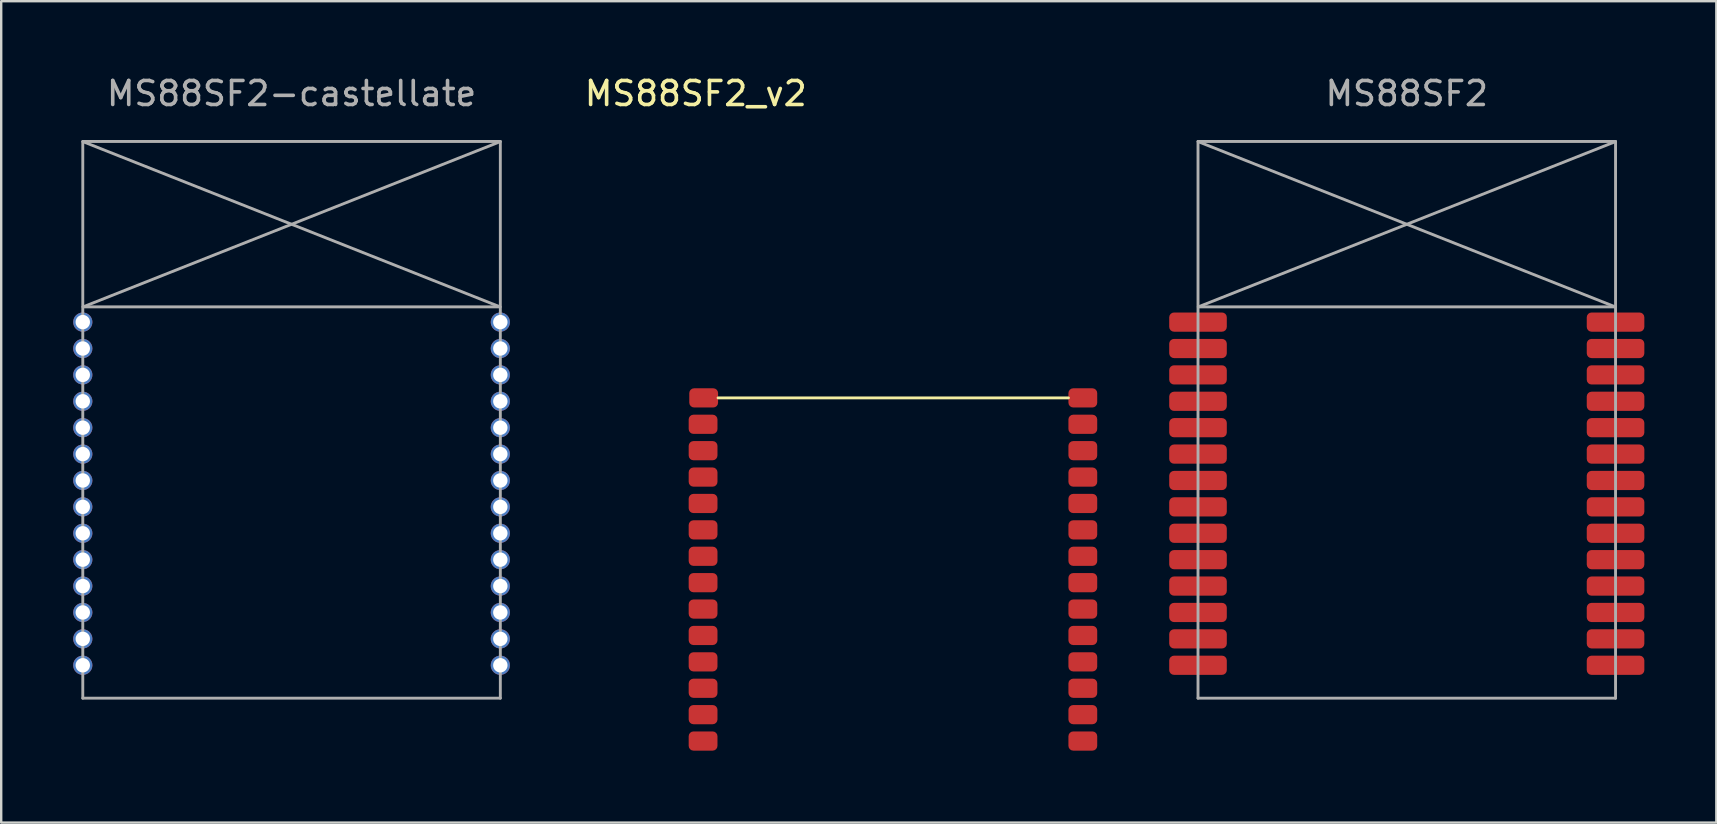
<source format=kicad_pcb>
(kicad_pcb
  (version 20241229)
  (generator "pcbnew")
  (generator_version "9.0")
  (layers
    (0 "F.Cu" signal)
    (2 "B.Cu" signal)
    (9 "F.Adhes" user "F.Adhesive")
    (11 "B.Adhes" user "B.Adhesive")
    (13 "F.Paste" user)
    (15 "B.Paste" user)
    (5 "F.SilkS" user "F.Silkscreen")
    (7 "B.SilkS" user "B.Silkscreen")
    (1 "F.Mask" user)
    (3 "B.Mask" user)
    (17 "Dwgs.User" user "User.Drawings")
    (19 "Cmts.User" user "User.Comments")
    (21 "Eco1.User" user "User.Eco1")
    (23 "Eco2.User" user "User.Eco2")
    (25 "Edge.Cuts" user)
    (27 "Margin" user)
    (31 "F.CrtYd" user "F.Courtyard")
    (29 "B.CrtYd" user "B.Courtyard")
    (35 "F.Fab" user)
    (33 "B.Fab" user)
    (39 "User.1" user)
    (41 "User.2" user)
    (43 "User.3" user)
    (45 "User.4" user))
  (footprint "MS88SF2-castellate"
    (layer "F.Cu")
    (at 9.1 17.358)
    (property "Reference" "MS88SF2-castellate" (at 0 -16.51 0) (layer "F.Fab") (effects (font (size 1 1) (thickness 0.15))))
    (attr through_hole)
    (fp_line (start -8.7 -14.513) (end 8.7 -14.513) (stroke (width 0.12) (type solid)) (layer "F.Fab"))
    (fp_line (start -8.7 8.687) (end -8.7 -14.513) (stroke (width 0.12) (type solid)) (layer "F.Fab"))
    (fp_line (start -8.7 8.687) (end 8.7 8.687) (stroke (width 0.12) (type solid)) (layer "F.Fab"))
    (fp_line (start -8.687 -7.62) (end 8.687 -7.62) (stroke (width 0.12) (type solid)) (layer "F.Fab"))
    (fp_line (start 8.687 -14.503) (end -8.687 -7.62) (stroke (width 0.12) (type solid)) (layer "F.Fab"))
    (fp_line (start 8.687 -7.62) (end -8.687 -14.503) (stroke (width 0.12) (type solid)) (layer "F.Fab"))
    (fp_line (start 8.7 8.687) (end 8.7 -14.513) (stroke (width 0.12) (type solid)) (layer "F.Fab"))
    (pad "1" thru_hole circle (at -8.7 -6.985) (size 0.8 0.8) (drill 0.6) (layers "*.Cu" "*.Mask"))
    (pad "2" thru_hole circle (at -8.7 -5.885) (size 0.8 0.8) (drill 0.6) (layers "*.Cu" "*.Mask"))
    (pad "3" thru_hole circle (at -8.7 -4.785) (size 0.8 0.8) (drill 0.6) (layers "*.Cu" "*.Mask"))
    (pad "4" thru_hole circle (at -8.7 -3.685) (size 0.8 0.8) (drill 0.6) (layers "*.Cu" "*.Mask"))
    (pad "5" thru_hole circle (at -8.7 -2.585) (size 0.8 0.8) (drill 0.6) (layers "*.Cu" "*.Mask"))
    (pad "6" thru_hole circle (at -8.7 -1.485) (size 0.8 0.8) (drill 0.6) (layers "*.Cu" "*.Mask"))
    (pad "7" thru_hole circle (at -8.7 -0.385) (size 0.8 0.8) (drill 0.6) (layers "*.Cu" "*.Mask"))
    (pad "8" thru_hole circle (at -8.7 0.715) (size 0.8 0.8) (drill 0.6) (layers "*.Cu" "*.Mask"))
    (pad "9" thru_hole circle (at -8.7 1.815) (size 0.8 0.8) (drill 0.6) (layers "*.Cu" "*.Mask"))
    (pad "10" thru_hole circle (at -8.7 2.915) (size 0.8 0.8) (drill 0.6) (layers "*.Cu" "*.Mask"))
    (pad "11" thru_hole circle (at -8.7 4.015) (size 0.8 0.8) (drill 0.6) (layers "*.Cu" "*.Mask"))
    (pad "12" thru_hole circle (at -8.7 5.115) (size 0.8 0.8) (drill 0.6) (layers "*.Cu" "*.Mask"))
    (pad "13" thru_hole circle (at -8.7 6.215) (size 0.8 0.8) (drill 0.6) (layers "*.Cu" "*.Mask"))
    (pad "14" thru_hole circle (at -8.7 7.315) (size 0.8 0.8) (drill 0.6) (layers "*.Cu" "*.Mask"))
    (pad "15" thru_hole circle (at 8.7 7.315) (size 0.8 0.8) (drill 0.6) (layers "*.Cu" "*.Mask"))
    (pad "16" thru_hole circle (at 8.7 6.215) (size 0.8 0.8) (drill 0.6) (layers "*.Cu" "*.Mask"))
    (pad "17" thru_hole circle (at 8.7 5.115) (size 0.8 0.8) (drill 0.6) (layers "*.Cu" "*.Mask"))
    (pad "18" thru_hole circle (at 8.7 4.015) (size 0.8 0.8) (drill 0.6) (layers "*.Cu" "*.Mask"))
    (pad "19" thru_hole circle (at 8.7 2.915) (size 0.8 0.8) (drill 0.6) (layers "*.Cu" "*.Mask"))
    (pad "20" thru_hole circle (at 8.7 1.815) (size 0.8 0.8) (drill 0.6) (layers "*.Cu" "*.Mask"))
    (pad "21" thru_hole circle (at 8.7 0.715) (size 0.8 0.8) (drill 0.6) (layers "*.Cu" "*.Mask"))
    (pad "22" thru_hole circle (at 8.7 -0.385) (size 0.8 0.8) (drill 0.6) (layers "*.Cu" "*.Mask"))
    (pad "23" thru_hole circle (at 8.7 -1.485) (size 0.8 0.8) (drill 0.6) (layers "*.Cu" "*.Mask"))
    (pad "24" thru_hole circle (at 8.7 -2.585) (size 0.8 0.8) (drill 0.6) (layers "*.Cu" "*.Mask"))
    (pad "25" thru_hole circle (at 8.7 -3.685) (size 0.8 0.8) (drill 0.6) (layers "*.Cu" "*.Mask"))
    (pad "26" thru_hole circle (at 8.7 -4.785) (size 0.8 0.8) (drill 0.6) (layers "*.Cu" "*.Mask"))
    (pad "27" thru_hole circle (at 8.7 -5.885) (size 0.8 0.8) (drill 0.6) (layers "*.Cu" "*.Mask"))
    (pad "28" thru_hole circle (at 8.7 -6.985) (size 0.8 0.8) (drill 0.6) (layers "*.Cu" "*.Mask")))
  (footprint "MS88SF2_v2"
    (layer "F.Cu")
    (at 26.274 13.531)
    (property "Reference" "MS88SF2_v2" (at -0.33 -12.683 0) (layer "F.SilkS") (effects (font (size 1 1) (thickness 0.15))))
    (attr through_hole)
    (fp_line (start 0.6 0) (end 15.2 0) (stroke (width 0.12) (type solid)) (layer "F.SilkS"))
    (pad "1" smd roundrect (at 0 0) (size 1.2 0.8) (layers "F.Cu" "F.Mask" "F.Paste") (roundrect_rratio 0.25))
    (pad "1" smd roundrect (at 15.8 0) (size 1.2 0.8) (layers "F.Cu" "F.Mask" "F.Paste") (roundrect_rratio 0.25))
    (pad "2" smd roundrect (at -0.025 1.1) (size 1.2 0.8) (layers "F.Cu" "F.Mask" "F.Paste") (roundrect_rratio 0.25))
    (pad "2" smd roundrect (at 15.8 1.1) (size 1.2 0.8) (layers "F.Cu" "F.Mask" "F.Paste") (roundrect_rratio 0.25))
    (pad "3" smd roundrect (at -0.025 2.2) (size 1.2 0.8) (layers "F.Cu" "F.Mask" "F.Paste") (roundrect_rratio 0.25))
    (pad "3" smd roundrect (at 15.8 2.2) (size 1.2 0.8) (layers "F.Cu" "F.Mask" "F.Paste") (roundrect_rratio 0.25))
    (pad "4" smd roundrect (at -0.025 3.3) (size 1.2 0.8) (layers "F.Cu" "F.Mask" "F.Paste") (roundrect_rratio 0.25))
    (pad "4" smd roundrect (at 15.8 3.3) (size 1.2 0.8) (layers "F.Cu" "F.Mask" "F.Paste") (roundrect_rratio 0.25))
    (pad "5" smd roundrect (at -0.025 4.4) (size 1.2 0.8) (layers "F.Cu" "F.Mask" "F.Paste") (roundrect_rratio 0.25))
    (pad "5" smd roundrect (at 15.8 4.4) (size 1.2 0.8) (layers "F.Cu" "F.Mask" "F.Paste") (roundrect_rratio 0.25))
    (pad "6" smd roundrect (at -0.025 5.5) (size 1.2 0.8) (layers "F.Cu" "F.Mask" "F.Paste") (roundrect_rratio 0.25))
    (pad "6" smd roundrect (at 15.8 5.5) (size 1.2 0.8) (layers "F.Cu" "F.Mask" "F.Paste") (roundrect_rratio 0.25))
    (pad "7" smd roundrect (at -0.025 6.6) (size 1.2 0.8) (layers "F.Cu" "F.Mask" "F.Paste") (roundrect_rratio 0.25))
    (pad "7" smd roundrect (at 15.8 6.6) (size 1.2 0.8) (layers "F.Cu" "F.Mask" "F.Paste") (roundrect_rratio 0.25))
    (pad "8" smd roundrect (at -0.025 7.7) (size 1.2 0.8) (layers "F.Cu" "F.Mask" "F.Paste") (roundrect_rratio 0.25))
    (pad "8" smd roundrect (at 15.8 7.7) (size 1.2 0.8) (layers "F.Cu" "F.Mask" "F.Paste") (roundrect_rratio 0.25))
    (pad "9" smd roundrect (at -0.025 8.8) (size 1.2 0.8) (layers "F.Cu" "F.Mask" "F.Paste") (roundrect_rratio 0.25))
    (pad "9" smd roundrect (at 15.8 8.8) (size 1.2 0.8) (layers "F.Cu" "F.Mask" "F.Paste") (roundrect_rratio 0.25))
    (pad "10" smd roundrect (at -0.025 9.9) (size 1.2 0.8) (layers "F.Cu" "F.Mask" "F.Paste") (roundrect_rratio 0.25))
    (pad "10" smd roundrect (at 15.8 9.9) (size 1.2 0.8) (layers "F.Cu" "F.Mask" "F.Paste") (roundrect_rratio 0.25))
    (pad "11" smd roundrect (at -0.025 11) (size 1.2 0.8) (layers "F.Cu" "F.Mask" "F.Paste") (roundrect_rratio 0.25))
    (pad "11" smd roundrect (at 15.8 11) (size 1.2 0.8) (layers "F.Cu" "F.Mask" "F.Paste") (roundrect_rratio 0.25))
    (pad "12" smd roundrect (at -0.025 12.1) (size 1.2 0.8) (layers "F.Cu" "F.Mask" "F.Paste") (roundrect_rratio 0.25))
    (pad "12" smd roundrect (at 15.8 12.1) (size 1.2 0.8) (layers "F.Cu" "F.Mask" "F.Paste") (roundrect_rratio 0.25))
    (pad "13" smd roundrect (at -0.025 13.2) (size 1.2 0.8) (layers "F.Cu" "F.Mask" "F.Paste") (roundrect_rratio 0.25))
    (pad "13" smd roundrect (at 15.8 13.2) (size 1.2 0.8) (layers "F.Cu" "F.Mask" "F.Paste") (roundrect_rratio 0.25))
    (pad "14" smd roundrect (at -0.025 14.3) (size 1.2 0.8) (layers "F.Cu" "F.Mask" "F.Paste") (roundrect_rratio 0.25))
    (pad "14" smd roundrect (at 15.8 14.3) (size 1.2 0.8) (layers "F.Cu" "F.Mask" "F.Paste") (roundrect_rratio 0.25)))
  (footprint "MS88SF2"
    (layer "F.Cu")
    (at 55.574 17.358)
    (property "Reference" "MS88SF2" (at 0 -16.51 0) (layer "F.Fab") (effects (font (size 1 1) (thickness 0.15))))
    (attr through_hole)
    (fp_line (start -8.7 -14.513) (end 8.7 -14.513) (stroke (width 0.12) (type solid)) (layer "F.Fab"))
    (fp_line (start -8.7 8.687) (end -8.7 -14.513) (stroke (width 0.12) (type solid)) (layer "F.Fab"))
    (fp_line (start -8.7 8.687) (end 8.7 8.687) (stroke (width 0.12) (type solid)) (layer "F.Fab"))
    (fp_line (start -8.687 -7.62) (end 8.687 -7.62) (stroke (width 0.12) (type solid)) (layer "F.Fab"))
    (fp_line (start 8.687 -14.503) (end -8.687 -7.62) (stroke (width 0.12) (type solid)) (layer "F.Fab"))
    (fp_line (start 8.687 -7.62) (end -8.687 -14.503) (stroke (width 0.12) (type solid)) (layer "F.Fab"))
    (fp_line (start 8.7 8.687) (end 8.7 -14.513) (stroke (width 0.12) (type solid)) (layer "F.Fab"))
    (pad "1" smd roundrect (at -8.7 -6.985) (size 2.4 0.8) (layers "F.Cu" "F.Mask" "F.Paste") (roundrect_rratio 0.25))
    (pad "2" smd roundrect (at -8.7 -5.885) (size 2.4 0.8) (layers "F.Cu" "F.Mask" "F.Paste") (roundrect_rratio 0.25))
    (pad "3" smd roundrect (at -8.7 -4.785) (size 2.4 0.8) (layers "F.Cu" "F.Mask" "F.Paste") (roundrect_rratio 0.25))
    (pad "4" smd roundrect (at -8.7 -3.685) (size 2.4 0.8) (layers "F.Cu" "F.Mask" "F.Paste") (roundrect_rratio 0.25))
    (pad "5" smd roundrect (at -8.7 -2.585) (size 2.4 0.8) (layers "F.Cu" "F.Mask" "F.Paste") (roundrect_rratio 0.25))
    (pad "6" smd roundrect (at -8.7 -1.485) (size 2.4 0.8) (layers "F.Cu" "F.Mask" "F.Paste") (roundrect_rratio 0.25))
    (pad "7" smd roundrect (at -8.7 -0.385) (size 2.4 0.8) (layers "F.Cu" "F.Mask" "F.Paste") (roundrect_rratio 0.25))
    (pad "8" smd roundrect (at -8.7 0.715) (size 2.4 0.8) (layers "F.Cu" "F.Mask" "F.Paste") (roundrect_rratio 0.25))
    (pad "9" smd roundrect (at -8.7 1.815) (size 2.4 0.8) (layers "F.Cu" "F.Mask" "F.Paste") (roundrect_rratio 0.25))
    (pad "10" smd roundrect (at -8.7 2.915) (size 2.4 0.8) (layers "F.Cu" "F.Mask" "F.Paste") (roundrect_rratio 0.25))
    (pad "11" smd roundrect (at -8.7 4.015) (size 2.4 0.8) (layers "F.Cu" "F.Mask" "F.Paste") (roundrect_rratio 0.25))
    (pad "12" smd roundrect (at -8.7 5.115) (size 2.4 0.8) (layers "F.Cu" "F.Mask" "F.Paste") (roundrect_rratio 0.25))
    (pad "13" smd roundrect (at -8.7 6.215) (size 2.4 0.8) (layers "F.Cu" "F.Mask" "F.Paste") (roundrect_rratio 0.25))
    (pad "14" smd roundrect (at -8.7 7.315) (size 2.4 0.8) (layers "F.Cu" "F.Mask" "F.Paste") (roundrect_rratio 0.25))
    (pad "15" smd roundrect (at 8.7 7.315) (size 2.4 0.8) (layers "F.Cu" "F.Mask" "F.Paste") (roundrect_rratio 0.25))
    (pad "16" smd roundrect (at 8.7 6.215) (size 2.4 0.8) (layers "F.Cu" "F.Mask" "F.Paste") (roundrect_rratio 0.25))
    (pad "17" smd roundrect (at 8.7 5.115) (size 2.4 0.8) (layers "F.Cu" "F.Mask" "F.Paste") (roundrect_rratio 0.25))
    (pad "18" smd roundrect (at 8.7 4.015) (size 2.4 0.8) (layers "F.Cu" "F.Mask" "F.Paste") (roundrect_rratio 0.25))
    (pad "19" smd roundrect (at 8.7 2.915) (size 2.4 0.8) (layers "F.Cu" "F.Mask" "F.Paste") (roundrect_rratio 0.25))
    (pad "20" smd roundrect (at 8.7 1.815) (size 2.4 0.8) (layers "F.Cu" "F.Mask" "F.Paste") (roundrect_rratio 0.25))
    (pad "21" smd roundrect (at 8.7 0.715) (size 2.4 0.8) (layers "F.Cu" "F.Mask" "F.Paste") (roundrect_rratio 0.25))
    (pad "22" smd roundrect (at 8.7 -0.385) (size 2.4 0.8) (layers "F.Cu" "F.Mask" "F.Paste") (roundrect_rratio 0.25))
    (pad "23" smd roundrect (at 8.7 -1.485) (size 2.4 0.8) (layers "F.Cu" "F.Mask" "F.Paste") (roundrect_rratio 0.25))
    (pad "24" smd roundrect (at 8.7 -2.585) (size 2.4 0.8) (layers "F.Cu" "F.Mask" "F.Paste") (roundrect_rratio 0.25))
    (pad "25" smd roundrect (at 8.7 -3.685) (size 2.4 0.8) (layers "F.Cu" "F.Mask" "F.Paste") (roundrect_rratio 0.25))
    (pad "26" smd roundrect (at 8.7 -4.785) (size 2.4 0.8) (layers "F.Cu" "F.Mask" "F.Paste") (roundrect_rratio 0.25))
    (pad "27" smd roundrect (at 8.7 -5.885) (size 2.4 0.8) (layers "F.Cu" "F.Mask" "F.Paste") (roundrect_rratio 0.25))
    (pad "28" smd roundrect (at 8.7 -6.985) (size 2.4 0.8) (layers "F.Cu" "F.Mask" "F.Paste") (roundrect_rratio 0.25)))
  (gr_rect
    (start -3 -3)
    (end 68.474 31.231)
    (stroke (width 0.1) (type default))
    (fill no)
    (layer "Edge.Cuts")))
</source>
